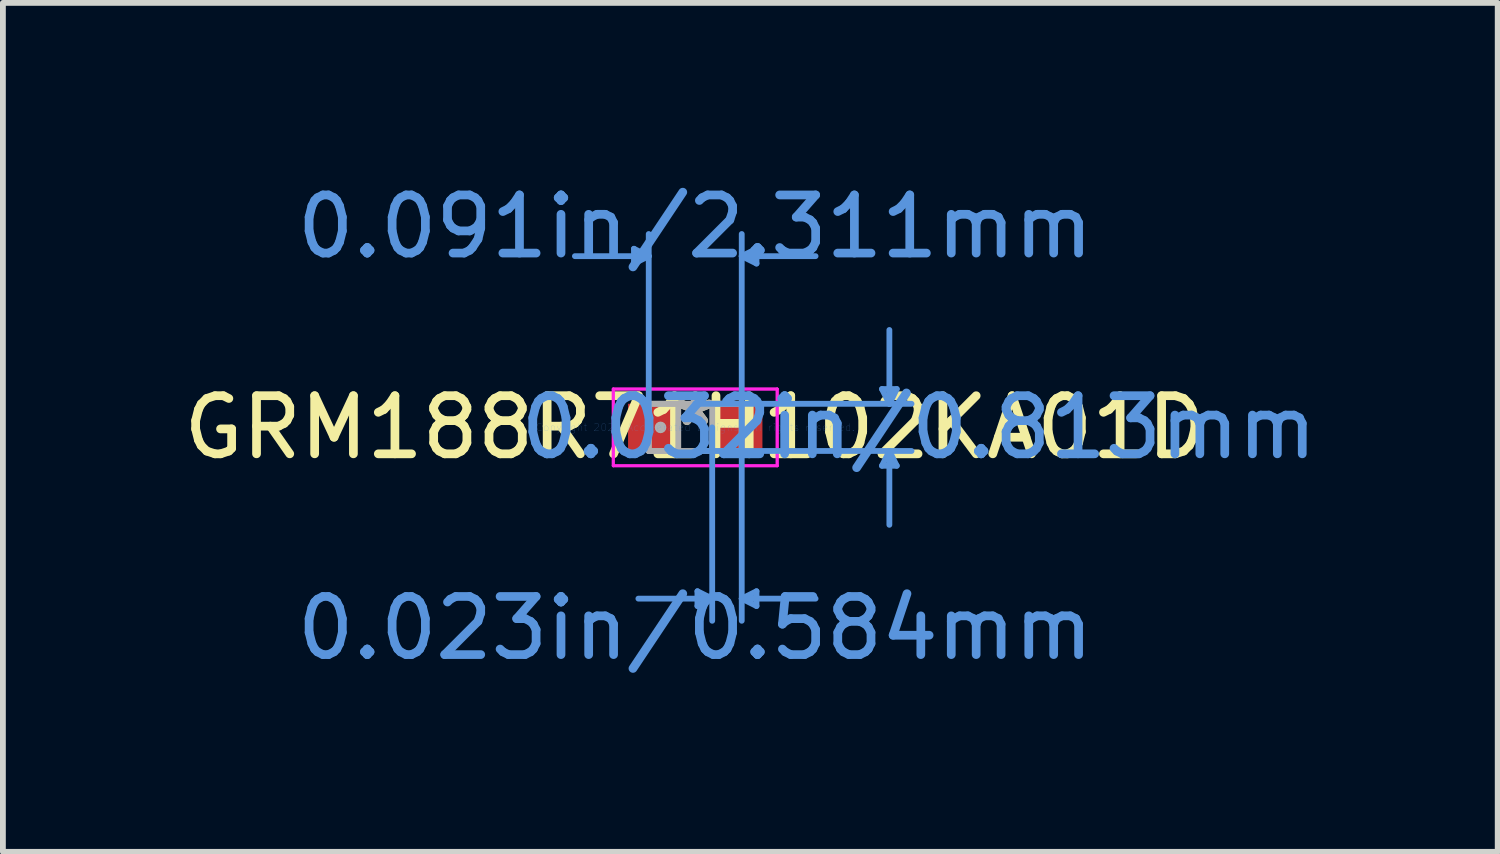
<source format=kicad_pcb>
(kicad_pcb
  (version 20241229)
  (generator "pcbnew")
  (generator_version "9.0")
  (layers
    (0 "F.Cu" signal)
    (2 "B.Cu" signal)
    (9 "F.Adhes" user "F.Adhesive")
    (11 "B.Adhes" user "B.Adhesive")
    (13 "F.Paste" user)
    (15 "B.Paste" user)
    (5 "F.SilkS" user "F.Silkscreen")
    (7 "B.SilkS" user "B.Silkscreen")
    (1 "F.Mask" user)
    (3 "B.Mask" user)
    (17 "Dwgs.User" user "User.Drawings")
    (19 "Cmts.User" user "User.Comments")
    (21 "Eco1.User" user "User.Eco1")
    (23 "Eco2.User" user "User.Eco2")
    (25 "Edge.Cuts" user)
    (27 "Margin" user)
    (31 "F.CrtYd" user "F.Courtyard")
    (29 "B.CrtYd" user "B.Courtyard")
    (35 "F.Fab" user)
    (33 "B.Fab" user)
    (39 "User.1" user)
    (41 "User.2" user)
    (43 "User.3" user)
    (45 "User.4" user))
  (footprint "GRM188R71H102KA01D"
    (layer "F.Cu")
    (at 8.911 4.303)
    (property "Reference" "GRM188R71H102KA01D" (at 0 0 0) (layer "F.SilkS") (effects (font (size 1 1) (thickness 0.15))))
    (attr through_hole)
    (fp_line (start -1.054 -3.073) (end -1.054 -2.819) (stroke (width 0.1) (type solid)) (layer "Cmts.User"))
    (fp_line (start -0.8 -2.946) (end -2.07 -2.946) (stroke (width 0.1) (type solid)) (layer "Cmts.User"))
    (fp_line (start -0.8 -2.946) (end -1.054 -3.073) (stroke (width 0.1) (type solid)) (layer "Cmts.User"))
    (fp_line (start -0.8 -2.946) (end -1.054 -2.819) (stroke (width 0.1) (type solid)) (layer "Cmts.User"))
    (fp_line (start -0.8 0) (end -0.8 -3.327) (stroke (width 0.1) (type solid)) (layer "Cmts.User"))
    (fp_line (start 0 -0.406) (end 3.721 -0.406) (stroke (width 0.1) (type solid)) (layer "Cmts.User"))
    (fp_line (start 0 0.406) (end 3.721 0.406) (stroke (width 0.1) (type solid)) (layer "Cmts.User"))
    (fp_line (start 0.038 2.819) (end 0.038 3.073) (stroke (width 0.1) (type solid)) (layer "Cmts.User"))
    (fp_line (start 0.292 0) (end 0.292 3.327) (stroke (width 0.1) (type solid)) (layer "Cmts.User"))
    (fp_line (start 0.292 2.946) (end -0.978 2.946) (stroke (width 0.1) (type solid)) (layer "Cmts.User"))
    (fp_line (start 0.292 2.946) (end 0.038 2.819) (stroke (width 0.1) (type solid)) (layer "Cmts.User"))
    (fp_line (start 0.292 2.946) (end 0.038 3.073) (stroke (width 0.1) (type solid)) (layer "Cmts.User"))
    (fp_line (start 0.8 -2.946) (end 1.054 -3.073) (stroke (width 0.1) (type solid)) (layer "Cmts.User"))
    (fp_line (start 0.8 -2.946) (end 1.054 -2.819) (stroke (width 0.1) (type solid)) (layer "Cmts.User"))
    (fp_line (start 0.8 -2.946) (end 2.07 -2.946) (stroke (width 0.1) (type solid)) (layer "Cmts.User"))
    (fp_line (start 0.8 0) (end 0.8 -3.327) (stroke (width 0.1) (type solid)) (layer "Cmts.User"))
    (fp_line (start 0.8 0) (end 0.8 3.327) (stroke (width 0.1) (type solid)) (layer "Cmts.User"))
    (fp_line (start 0.8 2.946) (end 1.054 2.819) (stroke (width 0.1) (type solid)) (layer "Cmts.User"))
    (fp_line (start 0.8 2.946) (end 1.054 3.073) (stroke (width 0.1) (type solid)) (layer "Cmts.User"))
    (fp_line (start 0.8 2.946) (end 2.07 2.946) (stroke (width 0.1) (type solid)) (layer "Cmts.User"))
    (fp_line (start 1.054 -3.073) (end 1.054 -2.819) (stroke (width 0.1) (type solid)) (layer "Cmts.User"))
    (fp_line (start 1.054 2.819) (end 1.054 3.073) (stroke (width 0.1) (type solid)) (layer "Cmts.User"))
    (fp_line (start 3.213 -0.66) (end 3.467 -0.66) (stroke (width 0.1) (type solid)) (layer "Cmts.User"))
    (fp_line (start 3.213 0.66) (end 3.467 0.66) (stroke (width 0.1) (type solid)) (layer "Cmts.User"))
    (fp_line (start 3.34 -0.406) (end 3.213 -0.66) (stroke (width 0.1) (type solid)) (layer "Cmts.User"))
    (fp_line (start 3.34 -0.406) (end 3.34 -1.676) (stroke (width 0.1) (type solid)) (layer "Cmts.User"))
    (fp_line (start 3.34 -0.406) (end 3.467 -0.66) (stroke (width 0.1) (type solid)) (layer "Cmts.User"))
    (fp_line (start 3.34 0.406) (end 3.213 0.66) (stroke (width 0.1) (type solid)) (layer "Cmts.User"))
    (fp_line (start 3.34 0.406) (end 3.34 1.676) (stroke (width 0.1) (type solid)) (layer "Cmts.User"))
    (fp_line (start 3.34 0.406) (end 3.467 0.66) (stroke (width 0.1) (type solid)) (layer "Cmts.User"))
    (fp_line (start -1.41 -0.66) (end 1.41 -0.66) (stroke (width 0.05) (type solid)) (layer "F.CrtYd"))
    (fp_line (start -1.41 -0.66) (end 1.41 -0.66) (stroke (width 0.05) (type solid)) (layer "F.CrtYd"))
    (fp_line (start -1.41 0.66) (end -1.41 -0.66) (stroke (width 0.05) (type solid)) (layer "F.CrtYd"))
    (fp_line (start -1.41 0.66) (end -1.41 -0.66) (stroke (width 0.05) (type solid)) (layer "F.CrtYd"))
    (fp_line (start 1.41 -0.66) (end 1.41 0.66) (stroke (width 0.05) (type solid)) (layer "F.CrtYd"))
    (fp_line (start 1.41 -0.66) (end 1.41 0.66) (stroke (width 0.05) (type solid)) (layer "F.CrtYd"))
    (fp_line (start 1.41 0.66) (end -1.41 0.66) (stroke (width 0.05) (type solid)) (layer "F.CrtYd"))
    (fp_line (start 1.41 0.66) (end -1.41 0.66) (stroke (width 0.05) (type solid)) (layer "F.CrtYd"))
    (fp_line (start -0.8 -0.406) (end -0.8 0.406) (stroke (width 0.1) (type solid)) (layer "F.Fab"))
    (fp_line (start -0.8 -0.406) (end -0.8 0.406) (stroke (width 0.1) (type solid)) (layer "F.Fab"))
    (fp_line (start -0.8 0.406) (end -0.292 0.406) (stroke (width 0.1) (type solid)) (layer "F.Fab"))
    (fp_line (start -0.8 0.406) (end 0.8 0.406) (stroke (width 0.1) (type solid)) (layer "F.Fab"))
    (fp_line (start -0.292 -0.406) (end -0.8 -0.406) (stroke (width 0.1) (type solid)) (layer "F.Fab"))
    (fp_line (start -0.292 0.406) (end -0.292 -0.406) (stroke (width 0.1) (type solid)) (layer "F.Fab"))
    (fp_line (start 0.292 -0.406) (end 0.292 0.406) (stroke (width 0.1) (type solid)) (layer "F.Fab"))
    (fp_line (start 0.292 0.406) (end 0.8 0.406) (stroke (width 0.1) (type solid)) (layer "F.Fab"))
    (fp_line (start 0.8 -0.406) (end -0.8 -0.406) (stroke (width 0.1) (type solid)) (layer "F.Fab"))
    (fp_line (start 0.8 -0.406) (end 0.292 -0.406) (stroke (width 0.1) (type solid)) (layer "F.Fab"))
    (fp_line (start 0.8 0.406) (end 0.8 -0.406) (stroke (width 0.1) (type solid)) (layer "F.Fab"))
    (fp_line (start 0.8 0.406) (end 0.8 -0.406) (stroke (width 0.1) (type solid)) (layer "F.Fab"))
    (fp_circle (center -0.597 0) (end -0.597 0) (stroke (width 0.1) (type solid)) (fill no) (layer "F.Fab"))
    (fp_text user "*" (at 0 0 0) (layer "F.SilkS") (effects (font (size 1 1) (thickness 0.15))))
    (fp_text user "0.023in/0.584mm" (at 0 3.454 0) (layer "Cmts.User") (effects (font (size 1 1) (thickness 0.15))))
    (fp_text user "Copyright 2021 Accelerated Designs. All rights reserved." (at 0 0 0) (layer "Cmts.User") (effects (font (size 0.127 0.127) (thickness 0.002))))
    (fp_text user "0.091in/2.311mm" (at 0 -3.454 0) (layer "Cmts.User") (effects (font (size 1 1) (thickness 0.15))))
    (fp_text user "0.032in/0.813mm" (at 3.848 0 0) (layer "Cmts.User") (effects (font (size 1 1) (thickness 0.15))))
    (fp_text user "*" (at 0 0 0) (layer "F.Fab") (effects (font (size 1 1) (thickness 0.15))))
    (pad "1" smd rect (at -0.724 0) (size 0.864 0.813) (layers "F.Cu" "F.Mask" "F.Paste"))
    (pad "2" smd rect (at 0.724 0) (size 0.864 0.813) (layers "F.Cu" "F.Mask" "F.Paste")))
  (gr_rect
    (start -3 -3)
    (end 22.717 11.605)
    (stroke (width 0.1) (type default))
    (fill no)
    (layer "Edge.Cuts")))
</source>
